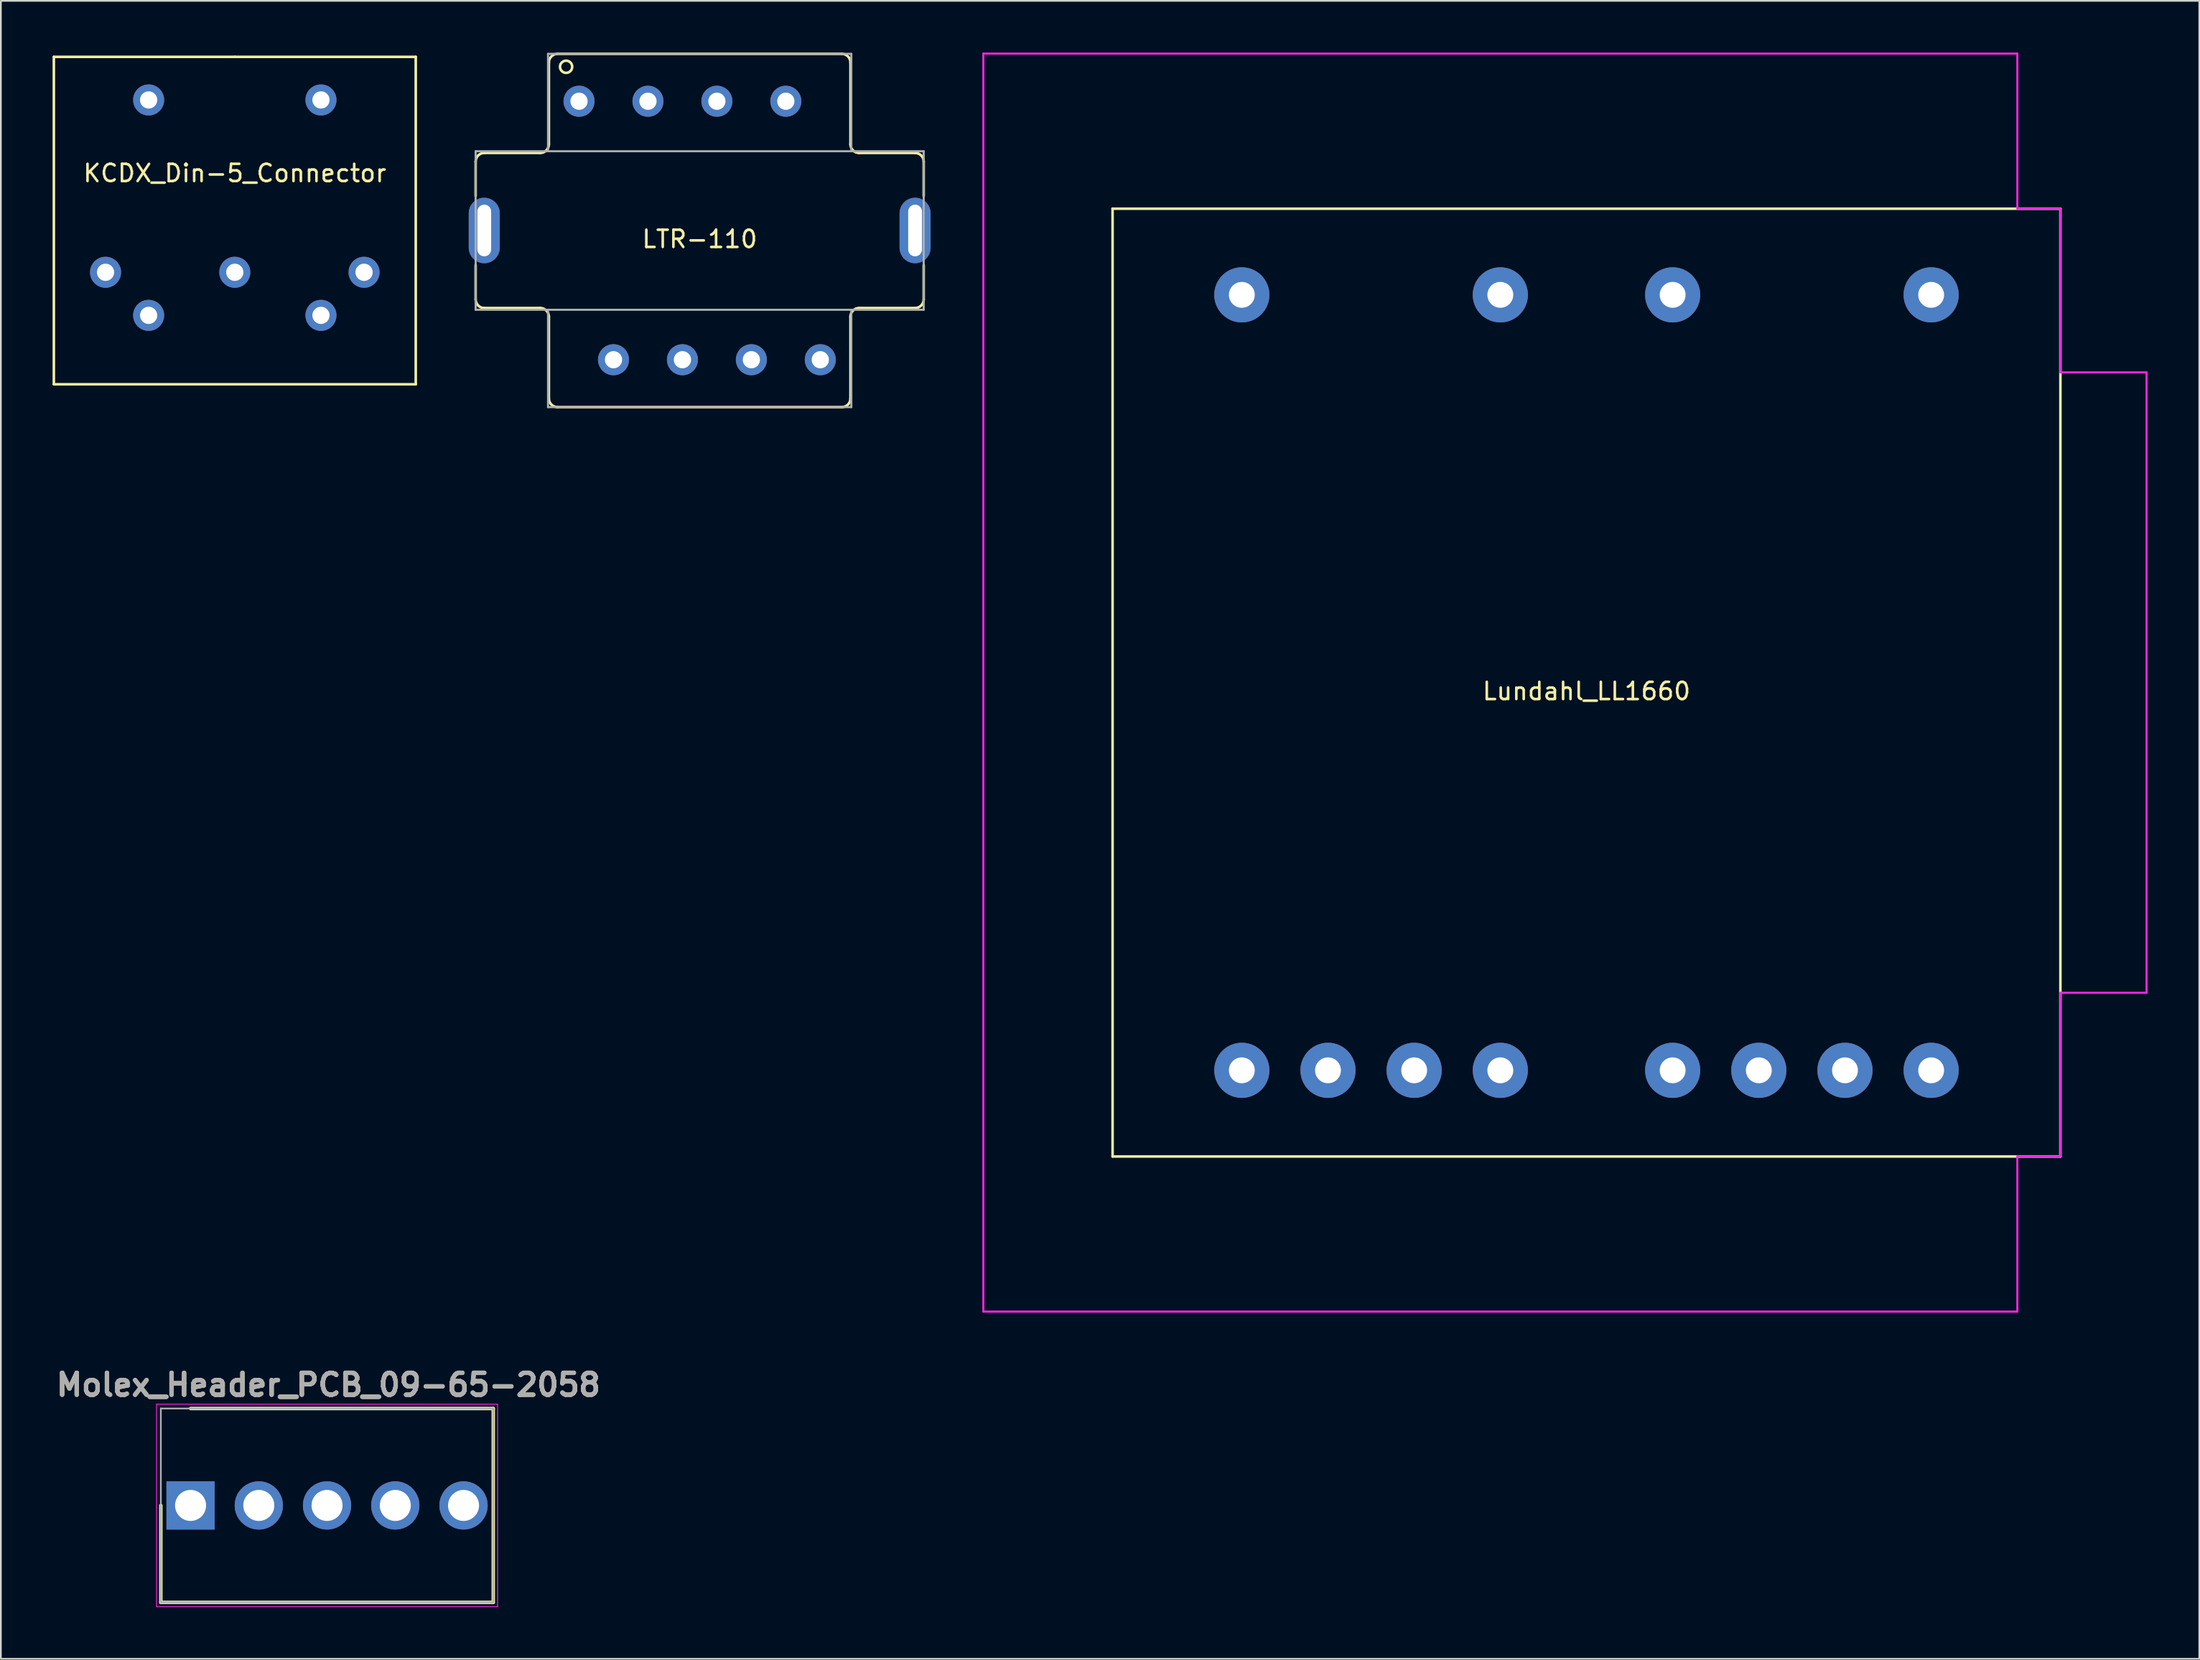
<source format=kicad_pcb>
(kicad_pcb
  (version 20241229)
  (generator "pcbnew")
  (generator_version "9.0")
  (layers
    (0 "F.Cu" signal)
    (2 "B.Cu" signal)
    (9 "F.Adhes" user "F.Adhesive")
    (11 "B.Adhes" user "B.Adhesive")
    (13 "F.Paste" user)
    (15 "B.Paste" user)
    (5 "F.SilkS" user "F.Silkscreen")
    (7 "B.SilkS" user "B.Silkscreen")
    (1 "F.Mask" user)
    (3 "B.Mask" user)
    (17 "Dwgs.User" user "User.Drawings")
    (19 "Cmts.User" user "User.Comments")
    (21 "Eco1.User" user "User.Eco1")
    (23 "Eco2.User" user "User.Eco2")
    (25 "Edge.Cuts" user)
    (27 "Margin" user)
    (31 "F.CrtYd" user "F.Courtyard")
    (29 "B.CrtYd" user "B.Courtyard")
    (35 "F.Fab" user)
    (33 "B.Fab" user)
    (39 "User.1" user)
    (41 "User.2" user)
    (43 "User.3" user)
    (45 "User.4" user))
  (footprint "Lundahl_LL1660"
    (layer "F.Cu")
    (at 109.01 14.06)
    (property "Reference" "Lundahl_LL1660" (at -20 23 0) (layer "F.SilkS") (effects (font (size 1 1) (thickness 0.15))))
    (attr through_hole)
    (fp_line (start -47.5 -5) (end 7.5 -5) (stroke (width 0.15) (type solid)) (layer "F.SilkS"))
    (fp_line (start -47.5 50) (end -47.5 -5) (stroke (width 0.15) (type solid)) (layer "F.SilkS"))
    (fp_line (start 7.5 -5) (end 7.5 50) (stroke (width 0.15) (type solid)) (layer "F.SilkS"))
    (fp_line (start 7.5 50) (end -47.5 50) (stroke (width 0.15) (type solid)) (layer "F.SilkS"))
    (fp_line (start -55 -14) (end -55 59) (stroke (width 0.12) (type solid)) (layer "F.CrtYd"))
    (fp_line (start -55 59) (end 5 59) (stroke (width 0.12) (type solid)) (layer "F.CrtYd"))
    (fp_line (start 5 -14) (end -55 -14) (stroke (width 0.12) (type solid)) (layer "F.CrtYd"))
    (fp_line (start 5 -5) (end 5 -14) (stroke (width 0.12) (type solid)) (layer "F.CrtYd"))
    (fp_line (start 5 50) (end 7.5 50) (stroke (width 0.12) (type solid)) (layer "F.CrtYd"))
    (fp_line (start 5 59) (end 5 50) (stroke (width 0.12) (type solid)) (layer "F.CrtYd"))
    (fp_line (start 7.5 -5) (end 5 -5) (stroke (width 0.12) (type solid)) (layer "F.CrtYd"))
    (fp_line (start 7.5 4.5) (end 7.5 -5) (stroke (width 0.12) (type solid)) (layer "F.CrtYd"))
    (fp_line (start 7.5 40.5) (end 12.5 40.5) (stroke (width 0.12) (type solid)) (layer "F.CrtYd"))
    (fp_line (start 7.5 50) (end 7.5 40.5) (stroke (width 0.12) (type solid)) (layer "F.CrtYd"))
    (fp_line (start 12.5 4.5) (end 7.5 4.5) (stroke (width 0.12) (type solid)) (layer "F.CrtYd"))
    (fp_line (start 12.5 40.5) (end 12.5 4.5) (stroke (width 0.12) (type solid)) (layer "F.CrtYd"))
    (pad "2" thru_hole circle (at 0 45) (size 3.2 3.2) (drill 1.5) (layers "*.Cu" "*.Mask"))
    (pad "3" thru_hole circle (at -5 45) (size 3.2 3.2) (drill 1.5) (layers "*.Cu" "*.Mask"))
    (pad "4" thru_hole circle (at -10 45) (size 3.2 3.2) (drill 1.5) (layers "*.Cu" "*.Mask"))
    (pad "5" thru_hole circle (at -15 45) (size 3.2 3.2) (drill 1.5) (layers "*.Cu" "*.Mask"))
    (pad "7" thru_hole circle (at -25 45) (size 3.2 3.2) (drill 1.5) (layers "*.Cu" "*.Mask"))
    (pad "8" thru_hole circle (at -30 45) (size 3.2 3.2) (drill 1.5) (layers "*.Cu" "*.Mask"))
    (pad "9" thru_hole circle (at -35 45) (size 3.2 3.2) (drill 1.5) (layers "*.Cu" "*.Mask"))
    (pad "10" thru_hole circle (at -40 45) (size 3.2 3.2) (drill 1.5) (layers "*.Cu" "*.Mask"))
    (pad "13" thru_hole circle (at 0 0) (size 3.2 3.2) (drill 1.5) (layers "*.Cu" "*.Mask"))
    (pad "16" thru_hole circle (at -15 0) (size 3.2 3.2) (drill 1.5) (layers "*.Cu" "*.Mask"))
    (pad "18" thru_hole circle (at -25 0) (size 3.2 3.2) (drill 1.5) (layers "*.Cu" "*.Mask"))
    (pad "21" thru_hole circle (at -40 0) (size 3.2 3.2) (drill 1.5) (layers "*.Cu" "*.Mask")))
  (footprint "LTR-110"
    (layer "F.Cu")
    (at 37.55 10.325)
    (property "Reference" "LTR-110" (at 0 0.5 0) (layer "F.SilkS") (effects (font (size 1 1) (thickness 0.15))))
    (attr through_hole)
    (fp_line (start -13 -4) (end -13 -2) (stroke (width 0.15) (type solid)) (layer "F.SilkS"))
    (fp_line (start -13 4) (end -13 2) (stroke (width 0.15) (type solid)) (layer "F.SilkS"))
    (fp_line (start -9.25 -4.5) (end -12.5 -4.5) (stroke (width 0.15) (type solid)) (layer "F.SilkS"))
    (fp_line (start -9.25 4.5) (end -12.5 4.5) (stroke (width 0.15) (type solid)) (layer "F.SilkS"))
    (fp_line (start -8.75 -5) (end -8.75 -9.75) (stroke (width 0.15) (type solid)) (layer "F.SilkS"))
    (fp_line (start -8.75 9.75) (end -8.75 5) (stroke (width 0.15) (type solid)) (layer "F.SilkS"))
    (fp_line (start -8.25 -10.25) (end 8.25 -10.25) (stroke (width 0.15) (type solid)) (layer "F.SilkS"))
    (fp_line (start 8.25 10.25) (end -8.25 10.25) (stroke (width 0.15) (type solid)) (layer "F.SilkS"))
    (fp_line (start 8.75 -9.75) (end 8.75 -5) (stroke (width 0.15) (type solid)) (layer "F.SilkS"))
    (fp_line (start 8.75 5) (end 8.75 9.75) (stroke (width 0.15) (type solid)) (layer "F.SilkS"))
    (fp_line (start 9.25 -4.5) (end 12.5 -4.5) (stroke (width 0.15) (type solid)) (layer "F.SilkS"))
    (fp_line (start 12.5 4.5) (end 9.25 4.5) (stroke (width 0.15) (type solid)) (layer "F.SilkS"))
    (fp_line (start 13 -4) (end 13 -2) (stroke (width 0.15) (type solid)) (layer "F.SilkS"))
    (fp_line (start 13 4) (end 13 2) (stroke (width 0.15) (type solid)) (layer "F.SilkS"))
    (fp_arc (start -13 -4) (mid -12.853553 -4.353553) (end -12.5 -4.5) (stroke (width 0.15) (type solid)) (layer "F.SilkS"))
    (fp_arc (start -12.5 4.5) (mid -12.853553 4.353553) (end -13 4) (stroke (width 0.15) (type solid)) (layer "F.SilkS"))
    (fp_arc (start -9.25 4.5) (mid -8.896447 4.646447) (end -8.75 5) (stroke (width 0.15) (type solid)) (layer "F.SilkS"))
    (fp_arc (start -8.75 -9.75) (mid -8.603553 -10.103553) (end -8.25 -10.25) (stroke (width 0.15) (type solid)) (layer "F.SilkS"))
    (fp_arc (start -8.75 -5) (mid -8.896447 -4.646447) (end -9.25 -4.5) (stroke (width 0.15) (type solid)) (layer "F.SilkS"))
    (fp_arc (start -8.25 10.25) (mid -8.603553 10.103553) (end -8.75 9.75) (stroke (width 0.15) (type solid)) (layer "F.SilkS"))
    (fp_arc (start 8.25 -10.25) (mid 8.603553 -10.103553) (end 8.75 -9.75) (stroke (width 0.15) (type solid)) (layer "F.SilkS"))
    (fp_arc (start 8.75 5) (mid 8.896447 4.646447) (end 9.25 4.5) (stroke (width 0.15) (type solid)) (layer "F.SilkS"))
    (fp_arc (start 8.75 9.75) (mid 8.603553 10.103553) (end 8.25 10.25) (stroke (width 0.15) (type solid)) (layer "F.SilkS"))
    (fp_arc (start 9.25 -4.5) (mid 8.896447 -4.646447) (end 8.75 -5) (stroke (width 0.15) (type solid)) (layer "F.SilkS"))
    (fp_arc (start 12.5 -4.5) (mid 12.853553 -4.353553) (end 13 -4) (stroke (width 0.15) (type solid)) (layer "F.SilkS"))
    (fp_arc (start 13 4) (mid 12.853553 4.353553) (end 12.5 4.5) (stroke (width 0.15) (type solid)) (layer "F.SilkS"))
    (fp_circle (center -7.75 -9.5) (end -7.5 -9.25) (stroke (width 0.15) (type solid)) (fill no) (layer "F.SilkS"))
    (fp_line (start -13 -4.6) (end -13 4.6) (stroke (width 0.12) (type solid)) (layer "F.Fab"))
    (fp_line (start -13 -4.6) (end 13 -4.6) (stroke (width 0.12) (type solid)) (layer "F.Fab"))
    (fp_line (start -13 4.6) (end 13 4.6) (stroke (width 0.12) (type solid)) (layer "F.Fab"))
    (fp_line (start -8.8 -10.25) (end -8.8 -4.6) (stroke (width 0.12) (type solid)) (layer "F.Fab"))
    (fp_line (start -8.8 -10.25) (end 8.8 -10.25) (stroke (width 0.12) (type solid)) (layer "F.Fab"))
    (fp_line (start -8.8 10.25) (end -8.8 4.6) (stroke (width 0.12) (type solid)) (layer "F.Fab"))
    (fp_line (start 8.8 -10.25) (end 8.8 -4.6) (stroke (width 0.12) (type solid)) (layer "F.Fab"))
    (fp_line (start 8.8 10.25) (end -8.8 10.25) (stroke (width 0.12) (type solid)) (layer "F.Fab"))
    (fp_line (start 8.8 10.25) (end 8.8 4.6) (stroke (width 0.12) (type solid)) (layer "F.Fab"))
    (fp_line (start 13 -4.6) (end 13 4.6) (stroke (width 0.12) (type solid)) (layer "F.Fab"))
    (pad "1" thru_hole circle (at -5 7.5) (size 1.8 1.8) (drill 1) (layers "*.Cu" "*.Mask"))
    (pad "2" thru_hole circle (at -7 -7.5) (size 1.8 1.8) (drill 1) (layers "*.Cu" "*.Mask"))
    (pad "3" thru_hole circle (at -3 -7.5) (size 1.8 1.8) (drill 1) (layers "*.Cu" "*.Mask"))
    (pad "4" thru_hole circle (at 1 -7.5) (size 1.8 1.8) (drill 1) (layers "*.Cu" "*.Mask"))
    (pad "5" thru_hole circle (at 5 -7.5) (size 1.8 1.8) (drill 1) (layers "*.Cu" "*.Mask"))
    (pad "6" thru_hole circle (at 7 7.5) (size 1.8 1.8) (drill 1) (layers "*.Cu" "*.Mask"))
    (pad "7" thru_hole circle (at 3 7.5) (size 1.8 1.8) (drill 1) (layers "*.Cu" "*.Mask"))
    (pad "8" thru_hole circle (at -1 7.5) (size 1.8 1.8) (drill 1) (layers "*.Cu" "*.Mask"))
    (pad "9" thru_hole oval (at -12.5 0) (size 1.8 3.8) (drill oval 0.8 3) (layers "*.Cu" "*.Mask"))
    (pad "9" thru_hole oval (at 12.5 0) (size 1.8 3.8) (drill oval 0.8 3) (layers "*.Cu" "*.Mask")))
  (footprint "KCDX_Din-5_Connector"
    (layer "F.Cu")
    (at 10.575 0.25)
    (property "Reference" "KCDX_Din-5_Connector" (at 0 6.75 180) (layer "F.SilkS") (effects (font (size 1 1) (thickness 0.15))))
    (attr through_hole)
    (fp_line (start -10.5 0) (end 0 0) (stroke (width 0.15) (type solid)) (layer "F.SilkS"))
    (fp_line (start -10.5 19) (end -10.5 0) (stroke (width 0.15) (type solid)) (layer "F.SilkS"))
    (fp_line (start 0 0) (end 10.5 0) (stroke (width 0.15) (type solid)) (layer "F.SilkS"))
    (fp_line (start 10.5 0) (end 10.5 19) (stroke (width 0.15) (type solid)) (layer "F.SilkS"))
    (fp_line (start 10.5 19) (end -10.5 19) (stroke (width 0.15) (type solid)) (layer "F.SilkS"))
    (pad "1" thru_hole circle (at 7.5 12.5) (size 1.8 1.8) (drill 1) (layers "*.Cu" "*.Mask"))
    (pad "2" thru_hole circle (at 0 12.5) (size 1.8 1.8) (drill 1) (layers "*.Cu" "*.Mask"))
    (pad "3" thru_hole circle (at -7.5 12.5) (size 1.8 1.8) (drill 1) (layers "*.Cu" "*.Mask"))
    (pad "4" thru_hole circle (at 5 15) (size 1.8 1.8) (drill 1) (layers "*.Cu" "*.Mask"))
    (pad "5" thru_hole circle (at -5 15) (size 1.8 1.8) (drill 1) (layers "*.Cu" "*.Mask"))
    (pad "9" thru_hole circle (at -5 2.5) (size 1.8 1.8) (drill 1) (layers "*.Cu" "*.Mask"))
    (pad "9" thru_hole circle (at 5 2.5) (size 1.8 1.8) (drill 1) (layers "*.Cu" "*.Mask")))
  (footprint "Molex_Header_PCB_09-65-2058"
    (layer "F.Cu")
    (at 8.008 84.309)
    (property "Reference" "Molex_Header_PCB_09-65-2058" (at 8 -7 0) (layer "F.SilkS") (effects (font (size 1.27 1.27) (thickness 0.254))))
    (attr through_hole)
    (fp_line (start -1.725 0) (end -1.725 5.625) (stroke (width 0.2) (type solid)) (layer "F.SilkS"))
    (fp_line (start -1.725 5.625) (end 17.565 5.625) (stroke (width 0.2) (type solid)) (layer "F.SilkS"))
    (fp_line (start 17.565 -5.625) (end 0 -5.625) (stroke (width 0.2) (type solid)) (layer "F.SilkS"))
    (fp_line (start 17.565 5.625) (end 17.565 -5.625) (stroke (width 0.2) (type solid)) (layer "F.SilkS"))
    (fp_line (start -1.975 -5.875) (end 17.815 -5.875) (stroke (width 0.05) (type solid)) (layer "F.CrtYd"))
    (fp_line (start -1.975 5.875) (end -1.975 -5.875) (stroke (width 0.05) (type solid)) (layer "F.CrtYd"))
    (fp_line (start 17.815 -5.875) (end 17.815 5.875) (stroke (width 0.05) (type solid)) (layer "F.CrtYd"))
    (fp_line (start 17.815 5.875) (end -1.975 5.875) (stroke (width 0.05) (type solid)) (layer "F.CrtYd"))
    (fp_line (start -1.725 -5.625) (end 17.565 -5.625) (stroke (width 0.1) (type solid)) (layer "F.Fab"))
    (fp_line (start -1.725 5.625) (end -1.725 -5.625) (stroke (width 0.1) (type solid)) (layer "F.Fab"))
    (fp_line (start 17.565 -5.625) (end 17.565 5.625) (stroke (width 0.1) (type solid)) (layer "F.Fab"))
    (fp_line (start 17.565 5.625) (end -1.725 5.625) (stroke (width 0.1) (type solid)) (layer "F.Fab"))
    (fp_text user "${REFERENCE}" (at 8 -7 0) (layer "F.Fab") (effects (font (size 1.27 1.27) (thickness 0.254))))
    (pad "1" thru_hole rect (at 0 0) (size 2.8 2.8) (drill 1.8) (layers "*.Cu" "*.Mask"))
    (pad "2" thru_hole circle (at 3.96 0) (size 2.8 2.8) (drill 1.8) (layers "*.Cu" "*.Mask"))
    (pad "3" thru_hole circle (at 7.92 0) (size 2.8 2.8) (drill 1.8) (layers "*.Cu" "*.Mask"))
    (pad "4" thru_hole circle (at 11.88 0) (size 2.8 2.8) (drill 1.8) (layers "*.Cu" "*.Mask"))
    (pad "5" thru_hole circle (at 15.84 0) (size 2.8 2.8) (drill 1.8) (layers "*.Cu" "*.Mask")))
  (gr_rect
    (start -3 -3)
    (end 124.57 93.209)
    (stroke (width 0.1) (type default))
    (fill no)
    (layer "Edge.Cuts")))
</source>
